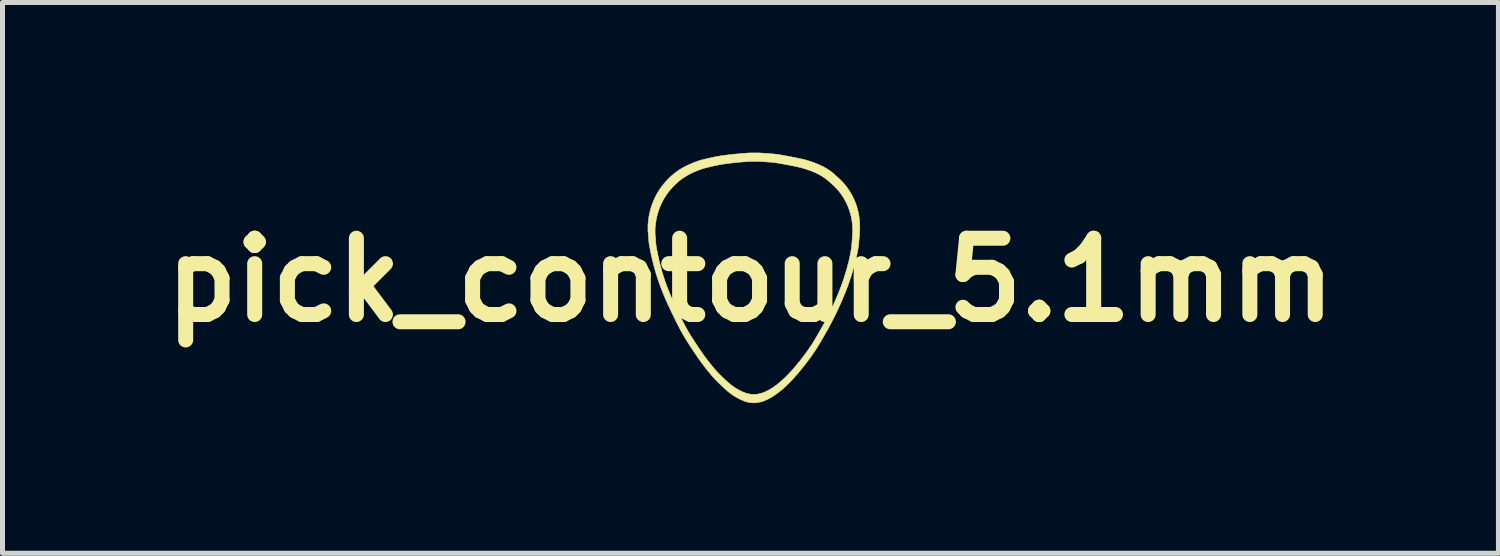
<source format=kicad_pcb>
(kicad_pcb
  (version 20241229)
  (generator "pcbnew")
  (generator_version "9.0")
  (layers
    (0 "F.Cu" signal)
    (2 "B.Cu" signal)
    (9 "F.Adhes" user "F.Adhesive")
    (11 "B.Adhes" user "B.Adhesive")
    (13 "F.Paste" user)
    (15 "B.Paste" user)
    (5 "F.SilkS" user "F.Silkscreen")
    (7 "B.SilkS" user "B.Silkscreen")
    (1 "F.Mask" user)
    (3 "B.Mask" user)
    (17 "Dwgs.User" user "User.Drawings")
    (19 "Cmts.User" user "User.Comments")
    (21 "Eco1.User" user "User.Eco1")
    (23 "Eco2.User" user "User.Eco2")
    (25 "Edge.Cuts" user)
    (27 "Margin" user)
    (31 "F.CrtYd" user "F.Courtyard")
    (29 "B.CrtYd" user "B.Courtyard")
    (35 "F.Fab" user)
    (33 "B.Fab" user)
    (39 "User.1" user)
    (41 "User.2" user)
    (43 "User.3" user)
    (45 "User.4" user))
  (footprint "pick_contour_5.1mm"
    (layer "F.Cu")
    (at 11.945 2.545)
    (property "Reference" "pick_contour_5.1mm" (at 0 0 0) (layer "F.SilkS") (effects (font (size 1.524 1.524) (thickness 0.3))))
    (attr through_hole)
    (fp_poly (pts (xy 0.225 -2.536) (xy 0.254 -2.534) (xy 0.282 -2.533) (xy 0.308 -2.531) (xy 0.333 -2.529) (xy 0.356 -2.527) (xy 0.377 -2.526) (xy 0.398 -2.524) (xy 0.417 -2.523) (xy 0.435 -2.521) (xy 0.451 -2.52) (xy 0.467 -2.518) (xy 0.481 -2.517) (xy 0.495 -2.515) (xy 0.508 -2.514) (xy 0.519 -2.513) (xy 0.53 -2.511) (xy 0.541 -2.51) (xy 0.543 -2.51) (xy 0.551 -2.508) (xy 0.561 -2.507) (xy 0.572 -2.505) (xy 0.585 -2.503) (xy 0.599 -2.5) (xy 0.614 -2.498) (xy 0.631 -2.495) (xy 0.648 -2.492) (xy 0.666 -2.489) (xy 0.685 -2.485) (xy 0.705 -2.481) (xy 0.726 -2.478) (xy 0.747 -2.474) (xy 0.753 -2.473) (xy 0.771 -2.469) (xy 0.789 -2.466) (xy 0.807 -2.462) (xy 0.825 -2.459) (xy 0.843 -2.455) (xy 0.861 -2.452) (xy 0.878 -2.449) (xy 0.895 -2.445) (xy 0.911 -2.442) (xy 0.926 -2.439) (xy 0.94 -2.436) (xy 0.953 -2.434) (xy 0.965 -2.431) (xy 0.976 -2.429) (xy 0.985 -2.427) (xy 0.993 -2.425) (xy 0.995 -2.425) (xy 1.052 -2.412) (xy 1.107 -2.397) (xy 1.161 -2.381) (xy 1.214 -2.364) (xy 1.266 -2.346) (xy 1.317 -2.326) (xy 1.361 -2.308) (xy 1.397 -2.292) (xy 1.431 -2.276) (xy 1.465 -2.259) (xy 1.497 -2.241) (xy 1.527 -2.223) (xy 1.548 -2.21) (xy 1.563 -2.2) (xy 1.576 -2.191) (xy 1.589 -2.182) (xy 1.602 -2.173) (xy 1.615 -2.163) (xy 1.628 -2.153) (xy 1.641 -2.142) (xy 1.654 -2.131) (xy 1.669 -2.118) (xy 1.684 -2.105) (xy 1.691 -2.098) (xy 1.698 -2.092) (xy 1.705 -2.086) (xy 1.713 -2.078) (xy 1.721 -2.071) (xy 1.729 -2.064) (xy 1.736 -2.058) (xy 1.739 -2.056) (xy 1.748 -2.048) (xy 1.756 -2.04) (xy 1.763 -2.034) (xy 1.77 -2.028) (xy 1.776 -2.022) (xy 1.782 -2.016) (xy 1.788 -2.011) (xy 1.795 -2.005) (xy 1.801 -1.998) (xy 1.803 -1.996) (xy 1.835 -1.964) (xy 1.865 -1.931) (xy 1.894 -1.896) (xy 1.922 -1.861) (xy 1.948 -1.824) (xy 1.974 -1.787) (xy 1.998 -1.748) (xy 2.021 -1.707) (xy 2.043 -1.666) (xy 2.046 -1.659) (xy 2.066 -1.618) (xy 2.084 -1.577) (xy 2.101 -1.535) (xy 2.116 -1.493) (xy 2.129 -1.451) (xy 2.141 -1.408) (xy 2.152 -1.364) (xy 2.161 -1.32) (xy 2.167 -1.288) (xy 2.171 -1.258) (xy 2.175 -1.227) (xy 2.178 -1.194) (xy 2.181 -1.161) (xy 2.183 -1.128) (xy 2.184 -1.094) (xy 2.185 -1.061) (xy 2.185 -1.029) (xy 2.185 -1.024) (xy 2.185 -1.019) (xy 2.185 -1.015) (xy 2.185 -1.011) (xy 2.185 -1.006) (xy 2.184 -1.002) (xy 2.184 -0.998) (xy 2.184 -0.993) (xy 2.184 -0.988) (xy 2.183 -0.983) (xy 2.183 -0.978) (xy 2.183 -0.971) (xy 2.182 -0.964) (xy 2.182 -0.957) (xy 2.181 -0.949) (xy 2.18 -0.939) (xy 2.18 -0.929) (xy 2.179 -0.918) (xy 2.178 -0.905) (xy 2.177 -0.891) (xy 2.176 -0.876) (xy 2.174 -0.86) (xy 2.173 -0.842) (xy 2.171 -0.822) (xy 2.171 -0.822) (xy 2.169 -0.798) (xy 2.167 -0.775) (xy 2.166 -0.754) (xy 2.164 -0.734) (xy 2.162 -0.715) (xy 2.16 -0.697) (xy 2.158 -0.68) (xy 2.155 -0.663) (xy 2.153 -0.646) (xy 2.15 -0.629) (xy 2.148 -0.612) (xy 2.145 -0.595) (xy 2.141 -0.578) (xy 2.138 -0.56) (xy 2.134 -0.542) (xy 2.129 -0.514) (xy 2.123 -0.487) (xy 2.117 -0.459) (xy 2.11 -0.431) (xy 2.103 -0.402) (xy 2.096 -0.372) (xy 2.088 -0.341) (xy 2.08 -0.31) (xy 2.071 -0.277) (xy 2.061 -0.244) (xy 2.051 -0.209) (xy 2.041 -0.172) (xy 2.037 -0.158) (xy 2.025 -0.119) (xy 2.013 -0.081) (xy 2 -0.042) (xy 1.987 -0.003) (xy 1.974 0.036) (xy 1.96 0.075) (xy 1.946 0.115) (xy 1.931 0.155) (xy 1.915 0.196) (xy 1.899 0.237) (xy 1.882 0.279) (xy 1.864 0.322) (xy 1.846 0.366) (xy 1.827 0.411) (xy 1.807 0.456) (xy 1.786 0.503) (xy 1.764 0.552) (xy 1.756 0.57) (xy 1.741 0.601) (xy 1.727 0.632) (xy 1.713 0.662) (xy 1.698 0.692) (xy 1.683 0.722) (xy 1.668 0.752) (xy 1.653 0.782) (xy 1.637 0.813) (xy 1.621 0.844) (xy 1.605 0.875) (xy 1.587 0.907) (xy 1.57 0.94) (xy 1.551 0.974) (xy 1.532 1.008) (xy 1.511 1.044) (xy 1.495 1.072) (xy 1.489 1.084) (xy 1.482 1.096) (xy 1.474 1.109) (xy 1.467 1.123) (xy 1.459 1.137) (xy 1.45 1.151) (xy 1.442 1.165) (xy 1.434 1.179) (xy 1.426 1.193) (xy 1.418 1.207) (xy 1.41 1.221) (xy 1.402 1.234) (xy 1.395 1.246) (xy 1.388 1.257) (xy 1.382 1.268) (xy 1.377 1.277) (xy 1.372 1.285) (xy 1.369 1.29) (xy 1.34 1.337) (xy 1.31 1.384) (xy 1.279 1.432) (xy 1.246 1.479) (xy 1.213 1.527) (xy 1.178 1.575) (xy 1.141 1.624) (xy 1.104 1.673) (xy 1.065 1.723) (xy 1.024 1.773) (xy 0.982 1.824) (xy 0.95 1.863) (xy 0.918 1.9) (xy 0.886 1.936) (xy 0.855 1.971) (xy 0.825 2.004) (xy 0.794 2.035) (xy 0.764 2.066) (xy 0.735 2.095) (xy 0.705 2.123) (xy 0.676 2.149) (xy 0.645 2.177) (xy 0.613 2.204) (xy 0.582 2.229) (xy 0.551 2.253) (xy 0.519 2.276) (xy 0.489 2.298) (xy 0.458 2.318) (xy 0.427 2.337) (xy 0.397 2.355) (xy 0.368 2.371) (xy 0.339 2.386) (xy 0.31 2.399) (xy 0.282 2.411) (xy 0.254 2.421) (xy 0.23 2.429) (xy 0.216 2.433) (xy 0.201 2.437) (xy 0.185 2.44) (xy 0.169 2.444) (xy 0.152 2.447) (xy 0.134 2.45) (xy 0.122 2.452) (xy 0.116 2.453) (xy 0.109 2.453) (xy 0.102 2.454) (xy 0.094 2.454) (xy 0.086 2.455) (xy 0.078 2.455) (xy 0.071 2.455) (xy 0.064 2.455) (xy 0.06 2.455) (xy 0.047 2.454) (xy 0.035 2.453) (xy 0.025 2.452) (xy 0.015 2.451) (xy 0.006 2.45) (xy -0.002 2.449) (xy -0.009 2.448) (xy -0.017 2.447) (xy -0.024 2.446) (xy -0.032 2.444) (xy -0.04 2.443) (xy -0.041 2.443) (xy -0.063 2.438) (xy -0.085 2.432) (xy -0.108 2.424) (xy -0.131 2.416) (xy -0.155 2.406) (xy -0.18 2.396) (xy -0.206 2.384) (xy -0.232 2.371) (xy -0.27 2.35) (xy -0.308 2.328) (xy -0.344 2.305) (xy -0.38 2.281) (xy -0.414 2.255) (xy -0.448 2.228) (xy -0.461 2.217) (xy -0.472 2.208) (xy -0.483 2.197) (xy -0.496 2.186) (xy -0.51 2.174) (xy -0.524 2.161) (xy -0.538 2.147) (xy -0.553 2.133) (xy -0.568 2.119) (xy -0.583 2.105) (xy -0.598 2.09) (xy -0.614 2.076) (xy -0.628 2.062) (xy -0.643 2.048) (xy -0.657 2.034) (xy -0.67 2.021) (xy -0.682 2.009) (xy -0.694 1.997) (xy -0.704 1.986) (xy -0.713 1.977) (xy -0.726 1.963) (xy -0.74 1.948) (xy -0.755 1.931) (xy -0.77 1.913) (xy -0.786 1.895) (xy -0.802 1.875) (xy -0.819 1.855) (xy -0.836 1.834) (xy -0.854 1.812) (xy -0.871 1.79) (xy -0.889 1.768) (xy -0.907 1.745) (xy -0.924 1.723) (xy -0.941 1.7) (xy -0.958 1.677) (xy -0.975 1.655) (xy -0.99 1.635) (xy -0.998 1.624) (xy -1.005 1.613) (xy -1.013 1.603) (xy -1.02 1.593) (xy -1.027 1.583) (xy -1.034 1.573) (xy -1.041 1.563) (xy -1.049 1.552) (xy -1.056 1.541) (xy -1.064 1.53) (xy -1.073 1.517) (xy -1.081 1.504) (xy -1.091 1.49) (xy -1.101 1.476) (xy -1.112 1.46) (xy -1.123 1.442) (xy -1.127 1.436) (xy -1.147 1.407) (xy -1.165 1.379) (xy -1.183 1.352) (xy -1.2 1.327) (xy -1.216 1.302) (xy -1.231 1.279) (xy -1.246 1.256) (xy -1.26 1.234) (xy -1.273 1.213) (xy -1.286 1.192) (xy -1.299 1.171) (xy -1.311 1.151) (xy -1.323 1.132) (xy -1.334 1.112) (xy -1.345 1.093) (xy -1.356 1.074) (xy -1.367 1.054) (xy -1.378 1.035) (xy -1.389 1.015) (xy -1.4 0.995) (xy -1.411 0.974) (xy -1.422 0.953) (xy -1.433 0.931) (xy -1.445 0.909) (xy -1.457 0.886) (xy -1.469 0.862) (xy -1.482 0.837) (xy -1.487 0.827) (xy -1.498 0.804) (xy -1.509 0.781) (xy -1.521 0.757) (xy -1.533 0.732) (xy -1.545 0.707) (xy -1.557 0.682) (xy -1.57 0.657) (xy -1.582 0.631) (xy -1.594 0.606) (xy -1.605 0.581) (xy -1.617 0.557) (xy -1.628 0.533) (xy -1.639 0.509) (xy -1.65 0.487) (xy -1.659 0.465) (xy -1.669 0.444) (xy -1.677 0.425) (xy -1.685 0.407) (xy -1.687 0.404) (xy -1.718 0.332) (xy -1.747 0.26) (xy -1.775 0.19) (xy -1.802 0.119) (xy -1.827 0.049) (xy -1.851 -0.021) (xy -1.874 -0.092) (xy -1.896 -0.162) (xy -1.916 -0.233) (xy -1.935 -0.304) (xy -1.953 -0.375) (xy -1.97 -0.448) (xy -1.986 -0.521) (xy -1.998 -0.576) (xy -2.002 -0.599) (xy -2.006 -0.621) (xy -2.01 -0.642) (xy -2.014 -0.661) (xy -2.017 -0.678) (xy -2.02 -0.695) (xy -2.022 -0.711) (xy -2.025 -0.725) (xy -2.027 -0.739) (xy -2.029 -0.752) (xy -2.03 -0.765) (xy -2.031 -0.777) (xy -2.033 -0.788) (xy -2.033 -0.799) (xy -2.034 -0.81) (xy -2.035 -0.821) (xy -2.035 -0.824) (xy -2.036 -0.847) (xy -2.037 -0.868) (xy -2.038 -0.887) (xy -2.04 -0.905) (xy -2.041 -0.921) (xy -2.043 -0.935) (xy -2.044 -0.948) (xy -2.045 -0.956) (xy -2.048 -0.975) (xy -2.048 -1.047) (xy -1.905 -1.047) (xy -1.905 -0.907) (xy -1.902 -0.889) (xy -1.901 -0.881) (xy -1.899 -0.87) (xy -1.898 -0.859) (xy -1.897 -0.845) (xy -1.896 -0.83) (xy -1.895 -0.814) (xy -1.894 -0.796) (xy -1.893 -0.776) (xy -1.893 -0.771) (xy -1.892 -0.761) (xy -1.892 -0.751) (xy -1.891 -0.741) (xy -1.89 -0.731) (xy -1.889 -0.721) (xy -1.888 -0.711) (xy -1.887 -0.701) (xy -1.885 -0.69) (xy -1.883 -0.678) (xy -1.881 -0.666) (xy -1.879 -0.653) (xy -1.877 -0.639) (xy -1.874 -0.623) (xy -1.871 -0.606) (xy -1.867 -0.588) (xy -1.867 -0.585) (xy -1.853 -0.515) (xy -1.838 -0.446) (xy -1.823 -0.377) (xy -1.806 -0.31) (xy -1.788 -0.243) (xy -1.77 -0.176) (xy -1.75 -0.11) (xy -1.729 -0.044) (xy -1.707 0.022) (xy -1.683 0.088) (xy -1.659 0.154) (xy -1.632 0.221) (xy -1.605 0.288) (xy -1.576 0.356) (xy -1.573 0.362) (xy -1.566 0.38) (xy -1.557 0.399) (xy -1.548 0.419) (xy -1.538 0.441) (xy -1.527 0.464) (xy -1.516 0.488) (xy -1.504 0.514) (xy -1.502 0.519) (xy -1.498 0.526) (xy -1.495 0.534) (xy -1.491 0.542) (xy -1.487 0.549) (xy -1.484 0.556) (xy -1.482 0.562) (xy -1.479 0.567) (xy -1.479 0.568) (xy -1.47 0.587) (xy -1.46 0.607) (xy -1.45 0.628) (xy -1.44 0.65) (xy -1.429 0.672) (xy -1.418 0.694) (xy -1.407 0.716) (xy -1.397 0.738) (xy -1.386 0.76) (xy -1.376 0.78) (xy -1.366 0.8) (xy -1.356 0.819) (xy -1.348 0.835) (xy -1.337 0.856) (xy -1.326 0.877) (xy -1.316 0.896) (xy -1.306 0.915) (xy -1.296 0.934) (xy -1.286 0.952) (xy -1.276 0.97) (xy -1.267 0.987) (xy -1.257 1.004) (xy -1.247 1.022) (xy -1.237 1.039) (xy -1.226 1.056) (xy -1.216 1.074) (xy -1.205 1.092) (xy -1.194 1.11) (xy -1.182 1.129) (xy -1.17 1.148) (xy -1.157 1.169) (xy -1.143 1.189) (xy -1.129 1.211) (xy -1.115 1.234) (xy -1.099 1.257) (xy -1.083 1.282) (xy -1.065 1.308) (xy -1.05 1.331) (xy -1.038 1.35) (xy -1.026 1.367) (xy -1.015 1.383) (xy -1.005 1.398) (xy -0.996 1.412) (xy -0.987 1.425) (xy -0.978 1.437) (xy -0.97 1.449) (xy -0.962 1.46) (xy -0.955 1.471) (xy -0.947 1.482) (xy -0.94 1.493) (xy -0.932 1.503) (xy -0.924 1.514) (xy -0.916 1.525) (xy -0.908 1.537) (xy -0.901 1.546) (xy -0.885 1.567) (xy -0.868 1.589) (xy -0.851 1.612) (xy -0.833 1.635) (xy -0.815 1.657) (xy -0.797 1.68) (xy -0.779 1.702) (xy -0.762 1.724) (xy -0.744 1.745) (xy -0.727 1.765) (xy -0.711 1.784) (xy -0.695 1.802) (xy -0.69 1.808) (xy -0.682 1.817) (xy -0.672 1.827) (xy -0.662 1.839) (xy -0.65 1.85) (xy -0.638 1.863) (xy -0.625 1.876) (xy -0.611 1.89) (xy -0.597 1.904) (xy -0.583 1.918) (xy -0.568 1.933) (xy -0.553 1.947) (xy -0.538 1.962) (xy -0.522 1.976) (xy -0.507 1.99) (xy -0.493 2.004) (xy -0.478 2.017) (xy -0.465 2.03) (xy -0.451 2.042) (xy -0.439 2.053) (xy -0.427 2.063) (xy -0.425 2.065) (xy -0.392 2.092) (xy -0.358 2.117) (xy -0.324 2.142) (xy -0.288 2.165) (xy -0.252 2.186) (xy -0.214 2.206) (xy -0.204 2.211) (xy -0.184 2.222) (xy -0.164 2.231) (xy -0.146 2.239) (xy -0.128 2.246) (xy -0.111 2.253) (xy -0.094 2.259) (xy -0.077 2.264) (xy -0.061 2.269) (xy -0.044 2.273) (xy -0.038 2.274) (xy -0.029 2.276) (xy -0.02 2.278) (xy -0.011 2.279) (xy -0.001 2.281) (xy 0.009 2.282) (xy 0.02 2.283) (xy 0.032 2.284) (xy 0.046 2.285) (xy 0.06 2.286) (xy 0.063 2.286) (xy 0.068 2.286) (xy 0.073 2.286) (xy 0.079 2.286) (xy 0.086 2.286) (xy 0.092 2.286) (xy 0.098 2.286) (xy 0.103 2.285) (xy 0.105 2.285) (xy 0.12 2.283) (xy 0.136 2.281) (xy 0.153 2.278) (xy 0.169 2.275) (xy 0.186 2.271) (xy 0.203 2.267) (xy 0.218 2.262) (xy 0.226 2.26) (xy 0.251 2.251) (xy 0.276 2.242) (xy 0.302 2.23) (xy 0.329 2.218) (xy 0.355 2.204) (xy 0.382 2.189) (xy 0.41 2.173) (xy 0.437 2.156) (xy 0.464 2.138) (xy 0.472 2.132) (xy 0.503 2.11) (xy 0.535 2.086) (xy 0.567 2.06) (xy 0.598 2.034) (xy 0.63 2.006) (xy 0.662 1.977) (xy 0.694 1.947) (xy 0.726 1.915) (xy 0.758 1.882) (xy 0.791 1.847) (xy 0.824 1.811) (xy 0.849 1.783) (xy 0.883 1.743) (xy 0.917 1.702) (xy 0.951 1.661) (xy 0.985 1.62) (xy 1.018 1.579) (xy 1.05 1.537) (xy 1.081 1.496) (xy 1.111 1.454) (xy 1.141 1.414) (xy 1.169 1.374) (xy 1.192 1.339) (xy 1.2 1.328) (xy 1.207 1.317) (xy 1.215 1.306) (xy 1.222 1.295) (xy 1.229 1.284) (xy 1.236 1.273) (xy 1.243 1.262) (xy 1.25 1.25) (xy 1.257 1.239) (xy 1.265 1.226) (xy 1.273 1.214) (xy 1.281 1.2) (xy 1.289 1.186) (xy 1.298 1.171) (xy 1.308 1.155) (xy 1.317 1.138) (xy 1.328 1.12) (xy 1.339 1.101) (xy 1.351 1.081) (xy 1.364 1.059) (xy 1.393 1.008) (xy 1.421 0.959) (xy 1.448 0.91) (xy 1.474 0.863) (xy 1.499 0.817) (xy 1.522 0.772) (xy 1.545 0.729) (xy 1.567 0.686) (xy 1.587 0.645) (xy 1.607 0.604) (xy 1.625 0.565) (xy 1.626 0.563) (xy 1.651 0.509) (xy 1.675 0.456) (xy 1.698 0.404) (xy 1.719 0.353) (xy 1.74 0.304) (xy 1.76 0.256) (xy 1.779 0.209) (xy 1.797 0.164) (xy 1.814 0.119) (xy 1.815 0.114) (xy 1.826 0.085) (xy 1.836 0.057) (xy 1.846 0.028) (xy 1.856 -0.000231) (xy 1.866 -0.029) (xy 1.875 -0.058) (xy 1.884 -0.088) (xy 1.894 -0.118) (xy 1.903 -0.15) (xy 1.913 -0.182) (xy 1.923 -0.216) (xy 1.935 -0.259) (xy 1.946 -0.301) (xy 1.957 -0.341) (xy 1.967 -0.381) (xy 1.976 -0.419) (xy 1.984 -0.455) (xy 1.991 -0.491) (xy 1.998 -0.525) (xy 2.004 -0.557) (xy 2.009 -0.588) (xy 2.013 -0.615) (xy 2.015 -0.629) (xy 2.017 -0.643) (xy 2.019 -0.656) (xy 2.02 -0.669) (xy 2.022 -0.682) (xy 2.023 -0.696) (xy 2.024 -0.711) (xy 2.026 -0.726) (xy 2.027 -0.743) (xy 2.027 -0.745) (xy 2.028 -0.755) (xy 2.029 -0.766) (xy 2.03 -0.778) (xy 2.031 -0.79) (xy 2.032 -0.801) (xy 2.033 -0.812) (xy 2.033 -0.82) (xy 2.035 -0.838) (xy 2.036 -0.854) (xy 2.037 -0.869) (xy 2.038 -0.882) (xy 2.039 -0.894) (xy 2.04 -0.905) (xy 2.04 -0.915) (xy 2.041 -0.925) (xy 2.041 -0.934) (xy 2.041 -0.942) (xy 2.042 -0.95) (xy 2.042 -0.958) (xy 2.042 -0.965) (xy 2.042 -0.973) (xy 2.042 -0.981) (xy 2.042 -0.989) (xy 2.042 -0.995) (xy 2.041 -1.025) (xy 2.04 -1.054) (xy 2.039 -1.082) (xy 2.037 -1.109) (xy 2.034 -1.135) (xy 2.031 -1.161) (xy 2.027 -1.186) (xy 2.023 -1.212) (xy 2.019 -1.238) (xy 2.015 -1.255) (xy 2.005 -1.297) (xy 1.994 -1.339) (xy 1.982 -1.381) (xy 1.967 -1.422) (xy 1.951 -1.463) (xy 1.934 -1.504) (xy 1.915 -1.543) (xy 1.895 -1.582) (xy 1.874 -1.621) (xy 1.851 -1.658) (xy 1.827 -1.694) (xy 1.802 -1.73) (xy 1.776 -1.764) (xy 1.751 -1.794) (xy 1.741 -1.805) (xy 1.732 -1.815) (xy 1.723 -1.825) (xy 1.713 -1.836) (xy 1.703 -1.846) (xy 1.693 -1.857) (xy 1.685 -1.864) (xy 1.678 -1.871) (xy 1.672 -1.877) (xy 1.666 -1.883) (xy 1.66 -1.888) (xy 1.654 -1.894) (xy 1.647 -1.9) (xy 1.639 -1.907) (xy 1.631 -1.914) (xy 1.627 -1.918) (xy 1.622 -1.923) (xy 1.615 -1.929) (xy 1.608 -1.935) (xy 1.601 -1.941) (xy 1.593 -1.948) (xy 1.587 -1.954) (xy 1.583 -1.957) (xy 1.577 -1.962) (xy 1.571 -1.968) (xy 1.565 -1.973) (xy 1.56 -1.978) (xy 1.554 -1.983) (xy 1.55 -1.987) (xy 1.548 -1.989) (xy 1.52 -2.011) (xy 1.491 -2.033) (xy 1.461 -2.054) (xy 1.429 -2.075) (xy 1.396 -2.094) (xy 1.361 -2.113) (xy 1.325 -2.131) (xy 1.295 -2.145) (xy 1.251 -2.164) (xy 1.206 -2.182) (xy 1.161 -2.198) (xy 1.114 -2.214) (xy 1.066 -2.229) (xy 1.017 -2.243) (xy 0.968 -2.255) (xy 0.937 -2.262) (xy 0.93 -2.264) (xy 0.92 -2.266) (xy 0.91 -2.268) (xy 0.898 -2.271) (xy 0.885 -2.273) (xy 0.871 -2.276) (xy 0.856 -2.279) (xy 0.84 -2.282) (xy 0.823 -2.285) (xy 0.806 -2.289) (xy 0.788 -2.292) (xy 0.77 -2.296) (xy 0.752 -2.299) (xy 0.734 -2.303) (xy 0.716 -2.306) (xy 0.698 -2.309) (xy 0.68 -2.313) (xy 0.663 -2.316) (xy 0.646 -2.319) (xy 0.63 -2.322) (xy 0.628 -2.322) (xy 0.61 -2.325) (xy 0.594 -2.328) (xy 0.579 -2.331) (xy 0.566 -2.333) (xy 0.554 -2.335) (xy 0.542 -2.337) (xy 0.531 -2.339) (xy 0.521 -2.341) (xy 0.512 -2.342) (xy 0.502 -2.343) (xy 0.493 -2.345) (xy 0.484 -2.346) (xy 0.475 -2.347) (xy 0.465 -2.348) (xy 0.456 -2.349) (xy 0.449 -2.349) (xy 0.442 -2.35) (xy 0.434 -2.351) (xy 0.425 -2.352) (xy 0.414 -2.353) (xy 0.402 -2.354) (xy 0.39 -2.355) (xy 0.377 -2.356) (xy 0.363 -2.357) (xy 0.349 -2.358) (xy 0.335 -2.359) (xy 0.32 -2.36) (xy 0.307 -2.361) (xy 0.293 -2.362) (xy 0.28 -2.363) (xy 0.267 -2.364) (xy 0.256 -2.364) (xy 0.252 -2.365) (xy 0.244 -2.365) (xy 0.235 -2.366) (xy 0.226 -2.366) (xy 0.216 -2.367) (xy 0.207 -2.368) (xy 0.198 -2.368) (xy 0.198 -2.368) (xy 0.193 -2.369) (xy 0.189 -2.369) (xy 0.185 -2.369) (xy 0.181 -2.369) (xy 0.177 -2.37) (xy 0.173 -2.37) (xy 0.168 -2.37) (xy 0.163 -2.37) (xy 0.157 -2.37) (xy 0.151 -2.37) (xy 0.144 -2.37) (xy 0.135 -2.37) (xy 0.126 -2.37) (xy 0.116 -2.37) (xy 0.104 -2.37) (xy 0.091 -2.37) (xy 0.081 -2.37) (xy 0.066 -2.37) (xy 0.053 -2.37) (xy 0.04 -2.37) (xy 0.03 -2.37) (xy 0.02 -2.37) (xy 0.011 -2.37) (xy 0.003 -2.37) (xy -0.005 -2.37) (xy -0.012 -2.369) (xy -0.02 -2.369) (xy -0.027 -2.369) (xy -0.034 -2.368) (xy -0.041 -2.368) (xy -0.049 -2.367) (xy -0.058 -2.367) (xy -0.067 -2.366) (xy -0.077 -2.365) (xy -0.089 -2.364) (xy -0.102 -2.363) (xy -0.102 -2.363) (xy -0.123 -2.362) (xy -0.142 -2.36) (xy -0.16 -2.359) (xy -0.177 -2.357) (xy -0.192 -2.356) (xy -0.206 -2.355) (xy -0.22 -2.354) (xy -0.232 -2.353) (xy -0.244 -2.352) (xy -0.255 -2.351) (xy -0.266 -2.35) (xy -0.277 -2.349) (xy -0.287 -2.348) (xy -0.297 -2.347) (xy -0.307 -2.346) (xy -0.317 -2.345) (xy -0.328 -2.343) (xy -0.339 -2.342) (xy -0.342 -2.342) (xy -0.371 -2.339) (xy -0.399 -2.335) (xy -0.426 -2.332) (xy -0.451 -2.329) (xy -0.475 -2.326) (xy -0.498 -2.323) (xy -0.521 -2.32) (xy -0.542 -2.316) (xy -0.563 -2.313) (xy -0.584 -2.31) (xy -0.605 -2.306) (xy -0.625 -2.302) (xy -0.646 -2.298) (xy -0.666 -2.294) (xy -0.687 -2.29) (xy -0.709 -2.285) (xy -0.731 -2.28) (xy -0.754 -2.275) (xy -0.77 -2.271) (xy -0.778 -2.269) (xy -0.786 -2.268) (xy -0.793 -2.266) (xy -0.8 -2.264) (xy -0.807 -2.263) (xy -0.812 -2.262) (xy -0.813 -2.261) (xy -0.838 -2.256) (xy -0.861 -2.25) (xy -0.883 -2.245) (xy -0.903 -2.24) (xy -0.922 -2.234) (xy -0.94 -2.229) (xy -0.957 -2.224) (xy -0.974 -2.218) (xy -0.982 -2.215) (xy -1.022 -2.201) (xy -1.06 -2.186) (xy -1.097 -2.171) (xy -1.132 -2.156) (xy -1.166 -2.14) (xy -1.199 -2.124) (xy -1.23 -2.108) (xy -1.261 -2.091) (xy -1.291 -2.073) (xy -1.32 -2.055) (xy -1.348 -2.036) (xy -1.358 -2.03) (xy -1.384 -2.011) (xy -1.41 -1.99) (xy -1.437 -1.968) (xy -1.463 -1.945) (xy -1.489 -1.922) (xy -1.515 -1.897) (xy -1.54 -1.871) (xy -1.565 -1.845) (xy -1.588 -1.819) (xy -1.607 -1.797) (xy -1.636 -1.761) (xy -1.664 -1.723) (xy -1.69 -1.685) (xy -1.715 -1.646) (xy -1.738 -1.607) (xy -1.76 -1.566) (xy -1.78 -1.525) (xy -1.799 -1.482) (xy -1.817 -1.439) (xy -1.833 -1.395) (xy -1.847 -1.351) (xy -1.854 -1.327) (xy -1.865 -1.288) (xy -1.874 -1.249) (xy -1.882 -1.211) (xy -1.888 -1.173) (xy -1.894 -1.135) (xy -1.897 -1.103) (xy -1.898 -1.095) (xy -1.898 -1.088) (xy -1.899 -1.082) (xy -1.899 -1.077) (xy -1.9 -1.074) (xy -1.9 -1.07) (xy -1.901 -1.067) (xy -1.901 -1.064) (xy -1.902 -1.061) (xy -1.902 -1.059) (xy -1.905 -1.047) (xy -2.048 -1.047) (xy -2.048 -1.117) (xy -2.046 -1.128) (xy -2.045 -1.133) (xy -2.044 -1.138) (xy -2.043 -1.142) (xy -2.043 -1.146) (xy -2.042 -1.149) (xy -2.042 -1.154) (xy -2.041 -1.159) (xy -2.041 -1.165) (xy -2.04 -1.172) (xy -2.04 -1.173) (xy -2.036 -1.213) (xy -2.031 -1.253) (xy -2.024 -1.292) (xy -2.016 -1.332) (xy -2.007 -1.371) (xy -1.996 -1.411) (xy -1.985 -1.451) (xy -1.975 -1.481) (xy -1.959 -1.527) (xy -1.941 -1.572) (xy -1.922 -1.616) (xy -1.902 -1.659) (xy -1.88 -1.702) (xy -1.856 -1.743) (xy -1.831 -1.784) (xy -1.805 -1.824) (xy -1.777 -1.863) (xy -1.747 -1.901) (xy -1.717 -1.939) (xy -1.684 -1.975) (xy -1.651 -2.011) (xy -1.616 -2.046) (xy -1.579 -2.08) (xy -1.553 -2.102) (xy -1.525 -2.126) (xy -1.496 -2.148) (xy -1.467 -2.17) (xy -1.437 -2.191) (xy -1.406 -2.211) (xy -1.374 -2.23) (xy -1.34 -2.249) (xy -1.306 -2.268) (xy -1.27 -2.286) (xy -1.233 -2.303) (xy -1.195 -2.32) (xy -1.155 -2.337) (xy -1.114 -2.353) (xy -1.071 -2.369) (xy -1.065 -2.371) (xy -1.052 -2.375) (xy -1.04 -2.38) (xy -1.028 -2.384) (xy -1.015 -2.388) (xy -1.003 -2.391) (xy -0.99 -2.395) (xy -0.976 -2.399) (xy -0.962 -2.403) (xy -0.946 -2.406) (xy -0.93 -2.41) (xy -0.912 -2.415) (xy -0.893 -2.419) (xy -0.892 -2.419) (xy -0.883 -2.421) (xy -0.872 -2.424) (xy -0.861 -2.426) (xy -0.85 -2.429) (xy -0.839 -2.432) (xy -0.828 -2.434) (xy -0.822 -2.436) (xy -0.793 -2.442) (xy -0.766 -2.448) (xy -0.74 -2.454) (xy -0.714 -2.459) (xy -0.69 -2.464) (xy -0.666 -2.468) (xy -0.642 -2.473) (xy -0.617 -2.477) (xy -0.593 -2.481) (xy -0.568 -2.485) (xy -0.543 -2.488) (xy -0.528 -2.49) (xy -0.512 -2.492) (xy -0.494 -2.495) (xy -0.476 -2.497) (xy -0.456 -2.499) (xy -0.437 -2.502) (xy -0.417 -2.504) (xy -0.396 -2.506) (xy -0.376 -2.509) (xy -0.357 -2.511) (xy -0.338 -2.513) (xy -0.319 -2.515) (xy -0.302 -2.516) (xy -0.286 -2.518) (xy -0.282 -2.518) (xy -0.272 -2.519) (xy -0.26 -2.52) (xy -0.248 -2.521) (xy -0.235 -2.522) (xy -0.221 -2.524) (xy -0.207 -2.525) (xy -0.193 -2.526) (xy -0.178 -2.527) (xy -0.164 -2.528) (xy -0.149 -2.53) (xy -0.135 -2.531) (xy -0.121 -2.532) (xy -0.107 -2.533) (xy -0.094 -2.534) (xy -0.082 -2.535) (xy -0.07 -2.536) (xy -0.06 -2.536) (xy -0.05 -2.537) (xy -0.042 -2.538) (xy -0.035 -2.538) (xy -0.03 -2.538) (xy -0.029 -2.538) (xy -0.025 -2.539) (xy -0.019 -2.539) (xy -0.012 -2.539) (xy -0.004 -2.539) (xy 0.006 -2.539) (xy 0.016 -2.539) (xy 0.028 -2.539) (xy 0.041 -2.539) (xy 0.055 -2.539) (xy 0.069 -2.539) (xy 0.084 -2.539) (xy 0.177 -2.54) (xy 0.225 -2.536)) (stroke (width 0.01) (type solid)) (fill yes) (layer "F.SilkS")))
  (gr_rect
    (start -3 -3)
    (end 26.891 8.005)
    (stroke (width 0.1) (type default))
    (fill no)
    (layer "Edge.Cuts")))
</source>
